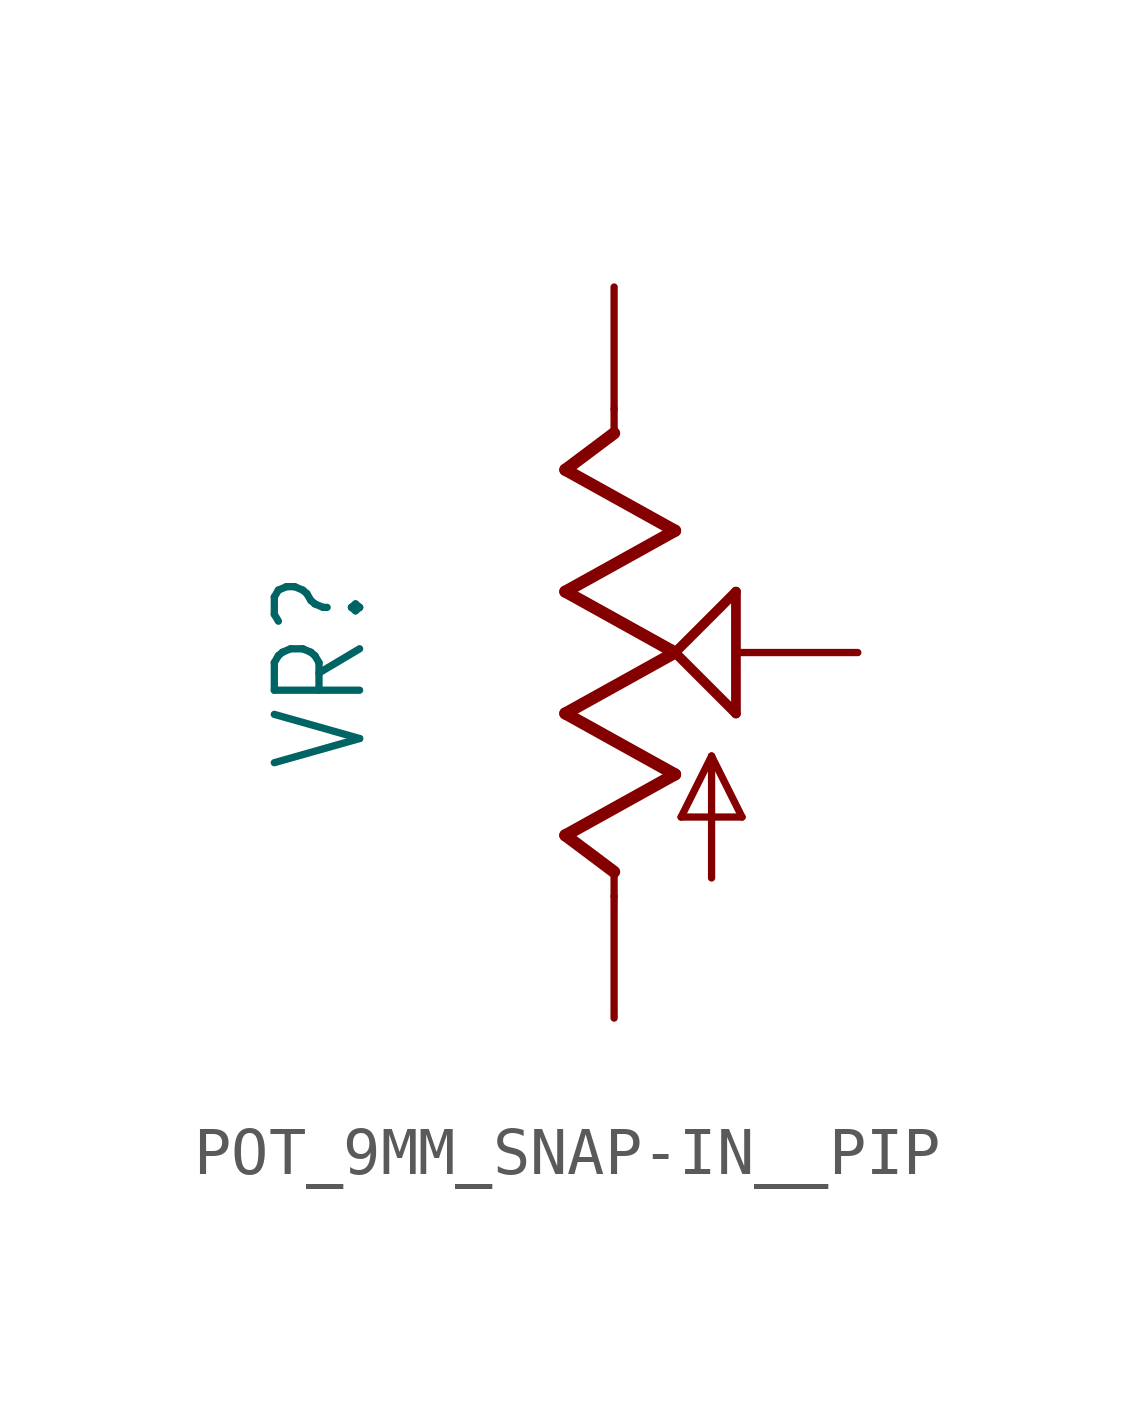
<source format=kicad_sym>
(kicad_symbol_lib
  (version 20231120)
  (generator "kicad_symbol_editor")
  (generator_version "8.0")
  (symbol "POT_9MM_SNAP-IN__PIP"
    (property "Reference" "VR"
      (at -5.08 -2.54 90)
      (effects (font (size 1.778 1.511)) (justify left bottom)))
    (property "Value" ""
      (at -2.54 -2.54 90)
      (effects (font (size 1.778 1.511)) (justify left bottom)))
    (property "ki_locked" ""
      (at 0 0 0)
      (effects (font (size 1.27 1.27))))
    (symbol "POT_9MM_SNAP-IN__PIP_1_0"
      (polyline (pts (xy -1.016 -3.81) (xy 1.27 -2.54)) (stroke (width 0.254) (type solid)) (fill (type none)))
      (polyline (pts (xy -1.016 -1.27) (xy 1.27 0)) (stroke (width 0.254) (type solid)) (fill (type none)))
      (polyline (pts (xy -1.016 1.27) (xy 1.27 2.54)) (stroke (width 0.254) (type solid)) (fill (type none)))
      (polyline (pts (xy -1.016 3.81) (xy 0 4.572)) (stroke (width 0.254) (type solid)) (fill (type none)))
      (polyline (pts (xy 0 -5.08) (xy 0 -4.572)) (stroke (width 0.152) (type solid)) (fill (type none)))
      (polyline (pts (xy 0 -4.572) (xy -1.016 -3.81)) (stroke (width 0.254) (type solid)) (fill (type none)))
      (polyline (pts (xy 0 4.572) (xy 0 5.08)) (stroke (width 0.152) (type solid)) (fill (type none)))
      (polyline (pts (xy 1.27 -2.54) (xy -1.016 -1.27)) (stroke (width 0.254) (type solid)) (fill (type none)))
      (polyline (pts (xy 1.27 0) (xy -1.016 1.27)) (stroke (width 0.254) (type solid)) (fill (type none)))
      (polyline (pts (xy 1.27 0) (xy 2.54 1.27)) (stroke (width 0.203) (type solid)) (fill (type none)))
      (polyline (pts (xy 1.27 2.54) (xy -1.016 3.81)) (stroke (width 0.254) (type solid)) (fill (type none)))
      (polyline (pts (xy 1.397 -3.429) (xy 2.032 -2.159)) (stroke (width 0.152) (type solid)) (fill (type none)))
      (polyline (pts (xy 2.032 -4.699) (xy 2.032 -2.159)) (stroke (width 0.152) (type solid)) (fill (type none)))
      (polyline (pts (xy 2.032 -2.159) (xy 2.667 -3.429)) (stroke (width 0.152) (type solid)) (fill (type none)))
      (polyline (pts (xy 2.54 -1.27) (xy 1.27 0)) (stroke (width 0.203) (type solid)) (fill (type none)))
      (polyline (pts (xy 2.54 1.27) (xy 2.54 -1.27)) (stroke (width 0.203) (type solid)) (fill (type none)))
      (polyline (pts (xy 2.667 -3.429) (xy 1.397 -3.429)) (stroke (width 0.152) (type solid)) (fill (type none)))
      (pin passive line (at 0 -7.62 90) (length 2.54) (name "1" (effects (font (size 0 0)))) (number "1" (effects (font (size 0 0)))))
      (pin passive line (at 5.08 0 180) (length 2.54) (name "2" (effects (font (size 0 0)))) (number "2" (effects (font (size 0 0)))))
      (pin passive line (at 0 7.62 270) (length 2.54) (name "3" (effects (font (size 0 0)))) (number "3" (effects (font (size 0 0))))))))
</source>
